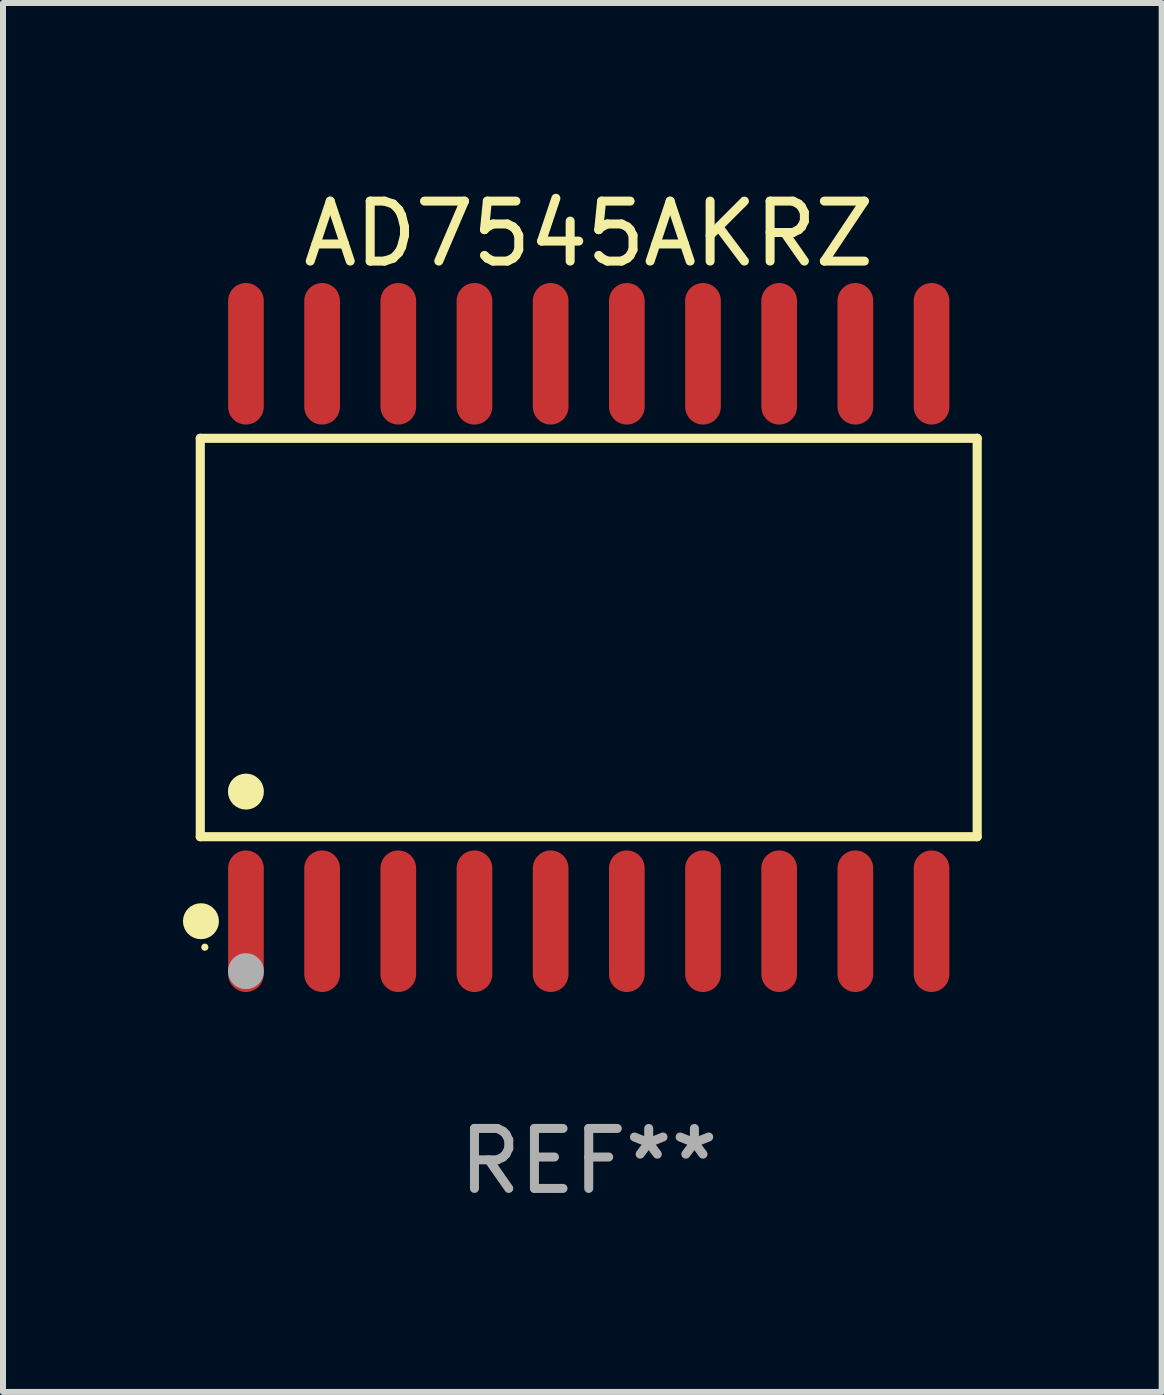
<source format=kicad_pcb>
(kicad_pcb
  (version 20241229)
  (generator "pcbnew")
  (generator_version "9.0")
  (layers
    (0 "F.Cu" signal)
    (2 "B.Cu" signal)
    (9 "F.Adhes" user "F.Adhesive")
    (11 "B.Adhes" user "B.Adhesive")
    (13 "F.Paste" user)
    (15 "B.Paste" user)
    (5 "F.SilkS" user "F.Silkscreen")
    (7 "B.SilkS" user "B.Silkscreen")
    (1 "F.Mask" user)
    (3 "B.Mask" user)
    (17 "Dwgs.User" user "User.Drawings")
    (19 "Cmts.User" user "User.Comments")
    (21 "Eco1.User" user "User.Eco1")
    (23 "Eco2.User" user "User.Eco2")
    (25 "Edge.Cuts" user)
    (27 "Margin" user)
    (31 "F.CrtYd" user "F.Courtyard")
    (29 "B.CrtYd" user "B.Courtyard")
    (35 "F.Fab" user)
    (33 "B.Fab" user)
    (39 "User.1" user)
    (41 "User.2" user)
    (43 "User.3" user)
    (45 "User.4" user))
  (footprint "AD7545AKRZ"
    (layer "F.Cu")
    (at 6.765 7.578)
    (property "Reference" "AD7545AKRZ" (at 0 -6.73 0) (layer "F.SilkS") (effects (font (size 1 1) (thickness 0.15))))
    (attr through_hole)
    (fp_line (start -6.476 -3.321) (end 6.476 -3.321) (stroke (width 0.152) (type solid)) (layer "F.SilkS"))
    (fp_line (start -6.476 3.321) (end -6.476 -3.321) (stroke (width 0.152) (type solid)) (layer "F.SilkS"))
    (fp_line (start 6.476 -3.321) (end 6.476 3.321) (stroke (width 0.152) (type solid)) (layer "F.SilkS"))
    (fp_line (start 6.476 3.321) (end -6.476 3.321) (stroke (width 0.152) (type solid)) (layer "F.SilkS"))
    (fp_circle (center -6.465 4.73) (end -6.315 4.73) (stroke (width 0.3) (type solid)) (fill no) (layer "F.SilkS"))
    (fp_circle (center -6.4 5.163) (end -6.37 5.163) (stroke (width 0.06) (type solid)) (fill no) (layer "F.SilkS"))
    (fp_circle (center -5.715 2.569) (end -5.565 2.569) (stroke (width 0.3) (type solid)) (fill no) (layer "F.SilkS"))
    (fp_circle (center -5.715 5.563) (end -5.565 5.563) (stroke (width 0.3) (type solid)) (fill no) (layer "F.Fab"))
    (fp_text user "REF**" (at 0 8.73 0) (layer "F.Fab") (effects (font (size 1 1) (thickness 0.15))))
    (pad "1" smd oval (at -5.715 4.73) (size 0.595 2.36) (layers "F.Cu" "F.Mask" "F.Paste"))
    (pad "2" smd oval (at -4.445 4.73) (size 0.595 2.36) (layers "F.Cu" "F.Mask" "F.Paste"))
    (pad "3" smd oval (at -3.175 4.73) (size 0.595 2.36) (layers "F.Cu" "F.Mask" "F.Paste"))
    (pad "4" smd oval (at -1.905 4.73) (size 0.595 2.36) (layers "F.Cu" "F.Mask" "F.Paste"))
    (pad "5" smd oval (at -0.635 4.73) (size 0.595 2.36) (layers "F.Cu" "F.Mask" "F.Paste"))
    (pad "6" smd oval (at 0.635 4.73) (size 0.595 2.36) (layers "F.Cu" "F.Mask" "F.Paste"))
    (pad "7" smd oval (at 1.905 4.73) (size 0.595 2.36) (layers "F.Cu" "F.Mask" "F.Paste"))
    (pad "8" smd oval (at 3.175 4.73) (size 0.595 2.36) (layers "F.Cu" "F.Mask" "F.Paste"))
    (pad "9" smd oval (at 4.445 4.73) (size 0.595 2.36) (layers "F.Cu" "F.Mask" "F.Paste"))
    (pad "10" smd oval (at 5.715 4.73) (size 0.595 2.36) (layers "F.Cu" "F.Mask" "F.Paste"))
    (pad "11" smd oval (at 5.715 -4.73) (size 0.595 2.36) (layers "F.Cu" "F.Mask" "F.Paste"))
    (pad "12" smd oval (at 4.445 -4.73) (size 0.595 2.36) (layers "F.Cu" "F.Mask" "F.Paste"))
    (pad "13" smd oval (at 3.175 -4.73) (size 0.595 2.36) (layers "F.Cu" "F.Mask" "F.Paste"))
    (pad "14" smd oval (at 1.905 -4.73) (size 0.595 2.36) (layers "F.Cu" "F.Mask" "F.Paste"))
    (pad "15" smd oval (at 0.635 -4.73) (size 0.595 2.36) (layers "F.Cu" "F.Mask" "F.Paste"))
    (pad "16" smd oval (at -0.635 -4.73) (size 0.595 2.36) (layers "F.Cu" "F.Mask" "F.Paste"))
    (pad "17" smd oval (at -1.905 -4.73) (size 0.595 2.36) (layers "F.Cu" "F.Mask" "F.Paste"))
    (pad "18" smd oval (at -3.175 -4.73) (size 0.595 2.36) (layers "F.Cu" "F.Mask" "F.Paste"))
    (pad "19" smd oval (at -4.445 -4.73) (size 0.595 2.36) (layers "F.Cu" "F.Mask" "F.Paste"))
    (pad "20" smd oval (at -5.715 -4.73) (size 0.595 2.36) (layers "F.Cu" "F.Mask" "F.Paste")))
  (gr_rect
    (start -3 -3)
    (end 16.317 20.156)
    (stroke (width 0.1) (type default))
    (fill no)
    (layer "Edge.Cuts")))
</source>
